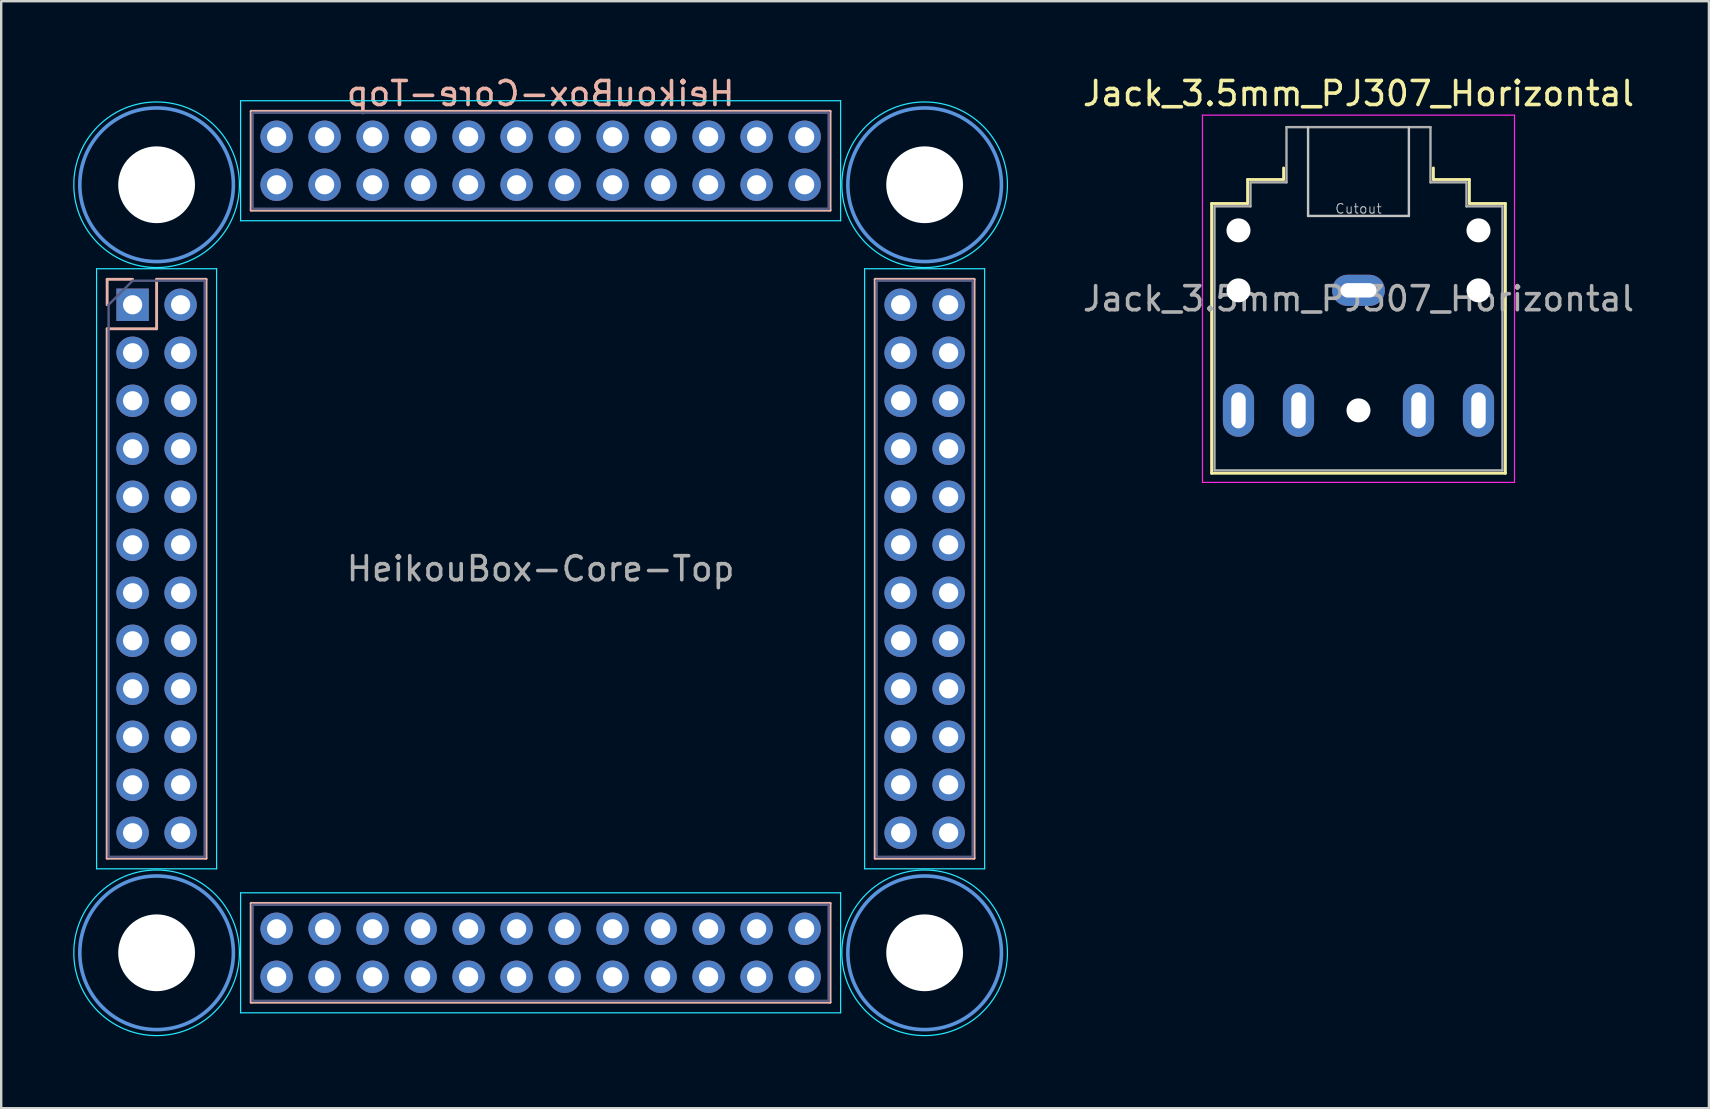
<source format=kicad_pcb>
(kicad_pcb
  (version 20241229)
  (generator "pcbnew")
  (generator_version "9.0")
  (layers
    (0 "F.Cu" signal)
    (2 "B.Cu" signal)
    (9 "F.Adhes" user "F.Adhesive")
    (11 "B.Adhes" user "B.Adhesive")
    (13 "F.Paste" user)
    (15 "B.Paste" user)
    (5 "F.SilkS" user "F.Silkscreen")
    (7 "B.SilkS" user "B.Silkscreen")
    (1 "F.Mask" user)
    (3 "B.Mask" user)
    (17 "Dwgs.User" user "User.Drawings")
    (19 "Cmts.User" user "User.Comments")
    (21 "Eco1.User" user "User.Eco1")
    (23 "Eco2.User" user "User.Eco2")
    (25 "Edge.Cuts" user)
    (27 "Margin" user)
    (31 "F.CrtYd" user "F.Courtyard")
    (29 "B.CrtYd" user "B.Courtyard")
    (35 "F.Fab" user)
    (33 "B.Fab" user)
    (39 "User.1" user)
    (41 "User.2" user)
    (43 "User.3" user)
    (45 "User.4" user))
  (footprint "Jack_3.5mm_PJ307_Horizontal"
    (layer "F.Cu")
    (at 53.551 9.048)
    (property "Reference" "Jack_3.5mm_PJ307_Horizontal" (at 0 -8.2 0) (layer "F.SilkS") (effects (font (size 1 1) (thickness 0.15))))
    (attr through_hole)
    (fp_line (start -6.12 -3.62) (end -4.62 -3.62) (stroke (width 0.12) (type solid)) (layer "F.SilkS"))
    (fp_line (start -6.12 7.62) (end -6.12 -3.62) (stroke (width 0.12) (type solid)) (layer "F.SilkS"))
    (fp_line (start -4.62 -4.62) (end -3.12 -4.62) (stroke (width 0.12) (type solid)) (layer "F.SilkS"))
    (fp_line (start -4.62 -3.62) (end -4.62 -4.62) (stroke (width 0.12) (type solid)) (layer "F.SilkS"))
    (fp_line (start -3.12 -4.62) (end -3.12 -5.1) (stroke (width 0.12) (type solid)) (layer "F.SilkS"))
    (fp_line (start 3.12 -4.62) (end 3.12 -5.1) (stroke (width 0.12) (type solid)) (layer "F.SilkS"))
    (fp_line (start 3.12 -4.62) (end 4.62 -4.62) (stroke (width 0.12) (type solid)) (layer "F.SilkS"))
    (fp_line (start 4.62 -4.62) (end 4.62 -3.62) (stroke (width 0.12) (type solid)) (layer "F.SilkS"))
    (fp_line (start 4.62 -3.62) (end 6.12 -3.62) (stroke (width 0.12) (type solid)) (layer "F.SilkS"))
    (fp_line (start 6.12 -3.62) (end 6.12 7.62) (stroke (width 0.12) (type solid)) (layer "F.SilkS"))
    (fp_line (start 6.12 7.62) (end -6.12 7.62) (stroke (width 0.12) (type solid)) (layer "F.SilkS"))
    (fp_line (start -2.1 -3.1) (end -2.1 -6.8) (stroke (width 0.1) (type solid)) (layer "Dwgs.User"))
    (fp_line (start -2.1 -3.1) (end 2.1 -3.1) (stroke (width 0.1) (type solid)) (layer "Dwgs.User"))
    (fp_line (start 2.1 -3.1) (end 2.1 -6.8) (stroke (width 0.1) (type solid)) (layer "Dwgs.User"))
    (fp_line (start -6.5 -7.3) (end -6.5 8) (stroke (width 0.05) (type solid)) (layer "F.CrtYd"))
    (fp_line (start -6.5 8) (end 6.5 8) (stroke (width 0.05) (type solid)) (layer "F.CrtYd"))
    (fp_line (start 6.5 -7.3) (end -6.5 -7.3) (stroke (width 0.05) (type solid)) (layer "F.CrtYd"))
    (fp_line (start 6.5 8) (end 6.5 -7.3) (stroke (width 0.05) (type solid)) (layer "F.CrtYd"))
    (fp_line (start -6 -3.5) (end -4.5 -3.5) (stroke (width 0.1) (type solid)) (layer "F.Fab"))
    (fp_line (start -6 7.5) (end -6 -3.5) (stroke (width 0.1) (type solid)) (layer "F.Fab"))
    (fp_line (start -4.5 -4.5) (end -3 -4.5) (stroke (width 0.1) (type solid)) (layer "F.Fab"))
    (fp_line (start -4.5 -3.5) (end -4.5 -4.5) (stroke (width 0.1) (type solid)) (layer "F.Fab"))
    (fp_line (start -3 -4.5) (end -3 -6.8) (stroke (width 0.1) (type solid)) (layer "F.Fab"))
    (fp_line (start 3 -6.8) (end -3 -6.8) (stroke (width 0.1) (type solid)) (layer "F.Fab"))
    (fp_line (start 3 -4.5) (end 3 -6.8) (stroke (width 0.1) (type solid)) (layer "F.Fab"))
    (fp_line (start 3 -4.5) (end 4.5 -4.5) (stroke (width 0.1) (type solid)) (layer "F.Fab"))
    (fp_line (start 4.5 -4.5) (end 4.5 -3.5) (stroke (width 0.1) (type solid)) (layer "F.Fab"))
    (fp_line (start 4.5 -3.5) (end 6 -3.5) (stroke (width 0.1) (type solid)) (layer "F.Fab"))
    (fp_line (start 6 -3.5) (end 6 7.5) (stroke (width 0.1) (type solid)) (layer "F.Fab"))
    (fp_line (start 6 7.5) (end -6 7.5) (stroke (width 0.1) (type solid)) (layer "F.Fab"))
    (fp_text user "Cutout" (at 0 -3.4 180) (layer "Dwgs.User") (effects (font (size 0.4 0.4) (thickness 0.04))))
    (fp_text user "${REFERENCE}" (at 0 0.35 0) (layer "F.Fab") (effects (font (size 1 1) (thickness 0.15))))
    (pad "" np_thru_hole circle (at -5 -2.5) (size 1 1) (drill 1) (layers "*.Cu" "*.Mask"))
    (pad "" np_thru_hole circle (at -5 0) (size 1 1) (drill 1) (layers "*.Cu" "*.Mask"))
    (pad "" np_thru_hole circle (at 0 5) (size 1 1) (drill 1) (layers "*.Cu" "*.Mask"))
    (pad "" np_thru_hole circle (at 5 -2.5) (size 1 1) (drill 1) (layers "*.Cu" "*.Mask"))
    (pad "" np_thru_hole circle (at 5 0) (size 1 1) (drill 1) (layers "*.Cu" "*.Mask"))
    (pad "R" thru_hole oval (at 5 5 270) (size 2.2 1.3) (drill oval 1.5 0.6) (layers "*.Cu" "*.Mask"))
    (pad "RN" thru_hole oval (at 2.5 5 270) (size 2.2 1.3) (drill oval 1.5 0.6) (layers "*.Cu" "*.Mask"))
    (pad "S" thru_hole oval (at 0 0) (size 2.2 1.3) (drill oval 1.5 0.6) (layers "*.Cu" "*.Mask"))
    (pad "T" thru_hole oval (at -5 5 90) (size 2.2 1.3) (drill oval 1.5 0.6) (layers "*.Cu" "*.Mask"))
    (pad "TN" thru_hole oval (at -2.5 5 90) (size 2.2 1.3) (drill oval 1.5 0.6) (layers "*.Cu" "*.Mask")))
  (footprint "HeikouBox-Core-Top"
    (layer "F.Cu")
    (at 19.475 20.648)
    (property "Reference" "HeikouBox-Core-Top" (at 0 -19.8 0) (layer "B.SilkS") (effects (font (size 1 1) (thickness 0.15)) (justify mirror)))
    (attr through_hole)
    (fp_line (start -18.06 -12.06) (end -17 -12.06) (stroke (width 0.12) (type solid)) (layer "B.SilkS"))
    (fp_line (start -18.06 -11) (end -18.06 -12.06) (stroke (width 0.12) (type solid)) (layer "B.SilkS"))
    (fp_line (start -18.06 -10) (end -18.06 12.06) (stroke (width 0.12) (type solid)) (layer "B.SilkS"))
    (fp_line (start -18.06 -10) (end -16 -10) (stroke (width 0.12) (type solid)) (layer "B.SilkS"))
    (fp_line (start -18.06 12.06) (end -13.94 12.06) (stroke (width 0.12) (type solid)) (layer "B.SilkS"))
    (fp_line (start -16 -12.06) (end -13.94 -12.06) (stroke (width 0.12) (type solid)) (layer "B.SilkS"))
    (fp_line (start -16 -10) (end -16 -12.06) (stroke (width 0.12) (type solid)) (layer "B.SilkS"))
    (fp_line (start -13.94 -12.06) (end -13.94 12.06) (stroke (width 0.12) (type solid)) (layer "B.SilkS"))
    (fp_line (start -12.06 -19.06) (end 12.06 -19.06) (stroke (width 0.12) (type solid)) (layer "B.SilkS"))
    (fp_line (start -12.06 -14.94) (end -12.06 -19.06) (stroke (width 0.12) (type solid)) (layer "B.SilkS"))
    (fp_line (start -12.06 -14.94) (end 12.06 -14.94) (stroke (width 0.12) (type solid)) (layer "B.SilkS"))
    (fp_line (start -12.06 13.94) (end 12.06 13.94) (stroke (width 0.12) (type solid)) (layer "B.SilkS"))
    (fp_line (start -12.06 18.06) (end -12.06 13.94) (stroke (width 0.12) (type solid)) (layer "B.SilkS"))
    (fp_line (start -12.06 18.06) (end 12.06 18.06) (stroke (width 0.12) (type solid)) (layer "B.SilkS"))
    (fp_line (start 12.06 -14.94) (end 12.06 -19.06) (stroke (width 0.12) (type solid)) (layer "B.SilkS"))
    (fp_line (start 12.06 18.06) (end 12.06 13.94) (stroke (width 0.12) (type solid)) (layer "B.SilkS"))
    (fp_line (start 13.94 -12.06) (end 13.94 12.06) (stroke (width 0.12) (type solid)) (layer "B.SilkS"))
    (fp_line (start 13.94 -12.06) (end 18.06 -12.06) (stroke (width 0.12) (type solid)) (layer "B.SilkS"))
    (fp_line (start 13.94 12.06) (end 18.06 12.06) (stroke (width 0.12) (type solid)) (layer "B.SilkS"))
    (fp_line (start 18.06 -12.06) (end 18.06 12.06) (stroke (width 0.12) (type solid)) (layer "B.SilkS"))
    (fp_circle (center -16 -16) (end -12.8 -16) (stroke (width 0.15) (type solid)) (fill no) (layer "Cmts.User"))
    (fp_circle (center -16 16) (end -12.8 16) (stroke (width 0.15) (type solid)) (fill no) (layer "Cmts.User"))
    (fp_circle (center 16 -16) (end 19.2 -16) (stroke (width 0.15) (type solid)) (fill no) (layer "Cmts.User"))
    (fp_circle (center 16 16) (end 19.2 16) (stroke (width 0.15) (type solid)) (fill no) (layer "Cmts.User"))
    (fp_line (start -18.5 -12.5) (end -18.5 12.5) (stroke (width 0.05) (type solid)) (layer "B.CrtYd"))
    (fp_line (start -18.5 12.5) (end -13.5 12.5) (stroke (width 0.05) (type solid)) (layer "B.CrtYd"))
    (fp_line (start -13.5 -12.5) (end -18.5 -12.5) (stroke (width 0.05) (type solid)) (layer "B.CrtYd"))
    (fp_line (start -13.5 12.5) (end -13.5 -12.5) (stroke (width 0.05) (type solid)) (layer "B.CrtYd"))
    (fp_line (start -12.5 -19.5) (end -12.5 -14.5) (stroke (width 0.05) (type solid)) (layer "B.CrtYd"))
    (fp_line (start -12.5 -14.5) (end 12.5 -14.5) (stroke (width 0.05) (type solid)) (layer "B.CrtYd"))
    (fp_line (start -12.5 13.5) (end -12.5 18.5) (stroke (width 0.05) (type solid)) (layer "B.CrtYd"))
    (fp_line (start -12.5 18.5) (end 12.5 18.5) (stroke (width 0.05) (type solid)) (layer "B.CrtYd"))
    (fp_line (start 12.5 -19.5) (end -12.5 -19.5) (stroke (width 0.05) (type solid)) (layer "B.CrtYd"))
    (fp_line (start 12.5 -14.5) (end 12.5 -19.5) (stroke (width 0.05) (type solid)) (layer "B.CrtYd"))
    (fp_line (start 12.5 13.5) (end -12.5 13.5) (stroke (width 0.05) (type solid)) (layer "B.CrtYd"))
    (fp_line (start 12.5 18.5) (end 12.5 13.5) (stroke (width 0.05) (type solid)) (layer "B.CrtYd"))
    (fp_line (start 13.5 -12.5) (end 13.5 12.5) (stroke (width 0.05) (type solid)) (layer "B.CrtYd"))
    (fp_line (start 13.5 12.5) (end 18.5 12.5) (stroke (width 0.05) (type solid)) (layer "B.CrtYd"))
    (fp_line (start 18.5 -12.5) (end 13.5 -12.5) (stroke (width 0.05) (type solid)) (layer "B.CrtYd"))
    (fp_line (start 18.5 12.5) (end 18.5 -12.5) (stroke (width 0.05) (type solid)) (layer "B.CrtYd"))
    (fp_circle (center -16 -16) (end -12.55 -16) (stroke (width 0.05) (type solid)) (fill no) (layer "B.CrtYd"))
    (fp_circle (center -16 16) (end -12.55 16) (stroke (width 0.05) (type solid)) (fill no) (layer "B.CrtYd"))
    (fp_circle (center 16 -16) (end 19.45 -16) (stroke (width 0.05) (type solid)) (fill no) (layer "B.CrtYd"))
    (fp_circle (center 16 16) (end 19.45 16) (stroke (width 0.05) (type solid)) (fill no) (layer "B.CrtYd"))
    (fp_line (start -18 -11) (end -17 -12) (stroke (width 0.1) (type solid)) (layer "B.Fab"))
    (fp_line (start -18 12) (end -18 -11) (stroke (width 0.1) (type solid)) (layer "B.Fab"))
    (fp_line (start -17 -12) (end -14 -12) (stroke (width 0.1) (type solid)) (layer "B.Fab"))
    (fp_line (start -14 -12) (end -14 12) (stroke (width 0.1) (type solid)) (layer "B.Fab"))
    (fp_line (start -14 12) (end -18 12) (stroke (width 0.1) (type solid)) (layer "B.Fab"))
    (fp_line (start -12 -19) (end 12 -19) (stroke (width 0.1) (type solid)) (layer "B.Fab"))
    (fp_line (start -12 -15) (end -12 -19) (stroke (width 0.1) (type solid)) (layer "B.Fab"))
    (fp_line (start -12 14) (end 12 14) (stroke (width 0.1) (type solid)) (layer "B.Fab"))
    (fp_line (start -12 18) (end -12 14) (stroke (width 0.1) (type solid)) (layer "B.Fab"))
    (fp_line (start 12 -19) (end 12 -15) (stroke (width 0.1) (type solid)) (layer "B.Fab"))
    (fp_line (start 12 -15) (end -12 -15) (stroke (width 0.1) (type solid)) (layer "B.Fab"))
    (fp_line (start 12 14) (end 12 18) (stroke (width 0.1) (type solid)) (layer "B.Fab"))
    (fp_line (start 12 18) (end -12 18) (stroke (width 0.1) (type solid)) (layer "B.Fab"))
    (fp_line (start 14 -12) (end 18 -12) (stroke (width 0.1) (type solid)) (layer "B.Fab"))
    (fp_line (start 14 12) (end 14 -12) (stroke (width 0.1) (type solid)) (layer "B.Fab"))
    (fp_line (start 18 -12) (end 18 12) (stroke (width 0.1) (type solid)) (layer "B.Fab"))
    (fp_line (start 18 12) (end 14 12) (stroke (width 0.1) (type solid)) (layer "B.Fab"))
    (fp_text user "${REFERENCE}" (at 0 0 0) (layer "F.Fab") (effects (font (size 1 1) (thickness 0.15))))
    (pad "" np_thru_hole circle (at -16 -16) (size 3.2 3.2) (drill 3.2) (layers "*.Cu" "*.Mask"))
    (pad "" np_thru_hole circle (at -16 16) (size 3.2 3.2) (drill 3.2) (layers "*.Cu" "*.Mask"))
    (pad "" np_thru_hole circle (at 16 -16) (size 3.2 3.2) (drill 3.2) (layers "*.Cu" "*.Mask"))
    (pad "" np_thru_hole circle (at 16 16) (size 3.2 3.2) (drill 3.2) (layers "*.Cu" "*.Mask"))
    (pad "1" thru_hole rect (at -17 -11) (size 1.35 1.35) (drill 0.8) (layers "*.Cu" "*.Mask"))
    (pad "2" thru_hole oval (at -15 -11) (size 1.35 1.35) (drill 0.8) (layers "*.Cu" "*.Mask"))
    (pad "3" thru_hole oval (at -17 -9) (size 1.35 1.35) (drill 0.8) (layers "*.Cu" "*.Mask"))
    (pad "4" thru_hole oval (at -15 -9) (size 1.35 1.35) (drill 0.8) (layers "*.Cu" "*.Mask"))
    (pad "5" thru_hole oval (at -17 -7) (size 1.35 1.35) (drill 0.8) (layers "*.Cu" "*.Mask"))
    (pad "6" thru_hole oval (at -15 -7) (size 1.35 1.35) (drill 0.8) (layers "*.Cu" "*.Mask"))
    (pad "7" thru_hole oval (at -17 -5) (size 1.35 1.35) (drill 0.8) (layers "*.Cu" "*.Mask"))
    (pad "8" thru_hole oval (at -15 -5) (size 1.35 1.35) (drill 0.8) (layers "*.Cu" "*.Mask"))
    (pad "9" thru_hole oval (at -17 -3) (size 1.35 1.35) (drill 0.8) (layers "*.Cu" "*.Mask"))
    (pad "10" thru_hole oval (at -15 -3) (size 1.35 1.35) (drill 0.8) (layers "*.Cu" "*.Mask"))
    (pad "11" thru_hole oval (at -17 -1) (size 1.35 1.35) (drill 0.8) (layers "*.Cu" "*.Mask"))
    (pad "12" thru_hole oval (at -15 -1) (size 1.35 1.35) (drill 0.8) (layers "*.Cu" "*.Mask"))
    (pad "13" thru_hole oval (at -17 1) (size 1.35 1.35) (drill 0.8) (layers "*.Cu" "*.Mask"))
    (pad "14" thru_hole oval (at -15 1) (size 1.35 1.35) (drill 0.8) (layers "*.Cu" "*.Mask"))
    (pad "15" thru_hole oval (at -17 3) (size 1.35 1.35) (drill 0.8) (layers "*.Cu" "*.Mask"))
    (pad "16" thru_hole oval (at -15 3) (size 1.35 1.35) (drill 0.8) (layers "*.Cu" "*.Mask"))
    (pad "17" thru_hole oval (at -17 5) (size 1.35 1.35) (drill 0.8) (layers "*.Cu" "*.Mask"))
    (pad "18" thru_hole oval (at -15 5) (size 1.35 1.35) (drill 0.8) (layers "*.Cu" "*.Mask"))
    (pad "19" thru_hole oval (at -17 7) (size 1.35 1.35) (drill 0.8) (layers "*.Cu" "*.Mask"))
    (pad "20" thru_hole oval (at -15 7) (size 1.35 1.35) (drill 0.8) (layers "*.Cu" "*.Mask"))
    (pad "21" thru_hole oval (at -17 9) (size 1.35 1.35) (drill 0.8) (layers "*.Cu" "*.Mask"))
    (pad "22" thru_hole oval (at -15 9) (size 1.35 1.35) (drill 0.8) (layers "*.Cu" "*.Mask"))
    (pad "23" thru_hole oval (at -17 11) (size 1.35 1.35) (drill 0.8) (layers "*.Cu" "*.Mask"))
    (pad "24" thru_hole oval (at -15 11) (size 1.35 1.35) (drill 0.8) (layers "*.Cu" "*.Mask"))
    (pad "25" thru_hole circle (at -11 17 90) (size 1.35 1.35) (drill 0.8) (layers "*.Cu" "*.Mask"))
    (pad "26" thru_hole oval (at -11 15 90) (size 1.35 1.35) (drill 0.8) (layers "*.Cu" "*.Mask"))
    (pad "27" thru_hole oval (at -9 17 90) (size 1.35 1.35) (drill 0.8) (layers "*.Cu" "*.Mask"))
    (pad "28" thru_hole oval (at -9 15 90) (size 1.35 1.35) (drill 0.8) (layers "*.Cu" "*.Mask"))
    (pad "29" thru_hole oval (at -7 17 90) (size 1.35 1.35) (drill 0.8) (layers "*.Cu" "*.Mask"))
    (pad "30" thru_hole oval (at -7 15 90) (size 1.35 1.35) (drill 0.8) (layers "*.Cu" "*.Mask"))
    (pad "31" thru_hole oval (at -5 17 90) (size 1.35 1.35) (drill 0.8) (layers "*.Cu" "*.Mask"))
    (pad "32" thru_hole oval (at -5 15 90) (size 1.35 1.35) (drill 0.8) (layers "*.Cu" "*.Mask"))
    (pad "33" thru_hole oval (at -3 17 90) (size 1.35 1.35) (drill 0.8) (layers "*.Cu" "*.Mask"))
    (pad "34" thru_hole oval (at -3 15 90) (size 1.35 1.35) (drill 0.8) (layers "*.Cu" "*.Mask"))
    (pad "35" thru_hole oval (at -1 17 90) (size 1.35 1.35) (drill 0.8) (layers "*.Cu" "*.Mask"))
    (pad "36" thru_hole oval (at -1 15 90) (size 1.35 1.35) (drill 0.8) (layers "*.Cu" "*.Mask"))
    (pad "37" thru_hole oval (at 1 17 90) (size 1.35 1.35) (drill 0.8) (layers "*.Cu" "*.Mask"))
    (pad "38" thru_hole oval (at 1 15 90) (size 1.35 1.35) (drill 0.8) (layers "*.Cu" "*.Mask"))
    (pad "39" thru_hole oval (at 3 17 90) (size 1.35 1.35) (drill 0.8) (layers "*.Cu" "*.Mask"))
    (pad "40" thru_hole oval (at 3 15 90) (size 1.35 1.35) (drill 0.8) (layers "*.Cu" "*.Mask"))
    (pad "41" thru_hole oval (at 5 17 90) (size 1.35 1.35) (drill 0.8) (layers "*.Cu" "*.Mask"))
    (pad "42" thru_hole oval (at 5 15 90) (size 1.35 1.35) (drill 0.8) (layers "*.Cu" "*.Mask"))
    (pad "43" thru_hole oval (at 7 17 90) (size 1.35 1.35) (drill 0.8) (layers "*.Cu" "*.Mask"))
    (pad "44" thru_hole oval (at 7 15 90) (size 1.35 1.35) (drill 0.8) (layers "*.Cu" "*.Mask"))
    (pad "45" thru_hole oval (at 9 17 90) (size 1.35 1.35) (drill 0.8) (layers "*.Cu" "*.Mask"))
    (pad "46" thru_hole oval (at 9 15 90) (size 1.35 1.35) (drill 0.8) (layers "*.Cu" "*.Mask"))
    (pad "47" thru_hole oval (at 11 17 90) (size 1.35 1.35) (drill 0.8) (layers "*.Cu" "*.Mask"))
    (pad "48" thru_hole oval (at 11 15 90) (size 1.35 1.35) (drill 0.8) (layers "*.Cu" "*.Mask"))
    (pad "49" thru_hole circle (at 15 -11) (size 1.35 1.35) (drill 0.8) (layers "*.Cu" "*.Mask"))
    (pad "50" thru_hole oval (at 17 -11) (size 1.35 1.35) (drill 0.8) (layers "*.Cu" "*.Mask"))
    (pad "51" thru_hole oval (at 15 -9) (size 1.35 1.35) (drill 0.8) (layers "*.Cu" "*.Mask"))
    (pad "52" thru_hole oval (at 17 -9) (size 1.35 1.35) (drill 0.8) (layers "*.Cu" "*.Mask"))
    (pad "53" thru_hole oval (at 15 -7) (size 1.35 1.35) (drill 0.8) (layers "*.Cu" "*.Mask"))
    (pad "54" thru_hole oval (at 17 -7) (size 1.35 1.35) (drill 0.8) (layers "*.Cu" "*.Mask"))
    (pad "55" thru_hole oval (at 15 -5) (size 1.35 1.35) (drill 0.8) (layers "*.Cu" "*.Mask"))
    (pad "56" thru_hole oval (at 17 -5) (size 1.35 1.35) (drill 0.8) (layers "*.Cu" "*.Mask"))
    (pad "57" thru_hole oval (at 15 -3) (size 1.35 1.35) (drill 0.8) (layers "*.Cu" "*.Mask"))
    (pad "58" thru_hole oval (at 17 -3) (size 1.35 1.35) (drill 0.8) (layers "*.Cu" "*.Mask"))
    (pad "59" thru_hole oval (at 15 -1) (size 1.35 1.35) (drill 0.8) (layers "*.Cu" "*.Mask"))
    (pad "60" thru_hole oval (at 17 -1) (size 1.35 1.35) (drill 0.8) (layers "*.Cu" "*.Mask"))
    (pad "61" thru_hole oval (at 15 1) (size 1.35 1.35) (drill 0.8) (layers "*.Cu" "*.Mask"))
    (pad "62" thru_hole oval (at 17 1) (size 1.35 1.35) (drill 0.8) (layers "*.Cu" "*.Mask"))
    (pad "63" thru_hole oval (at 15 3) (size 1.35 1.35) (drill 0.8) (layers "*.Cu" "*.Mask"))
    (pad "64" thru_hole oval (at 17 3) (size 1.35 1.35) (drill 0.8) (layers "*.Cu" "*.Mask"))
    (pad "65" thru_hole oval (at 15 5) (size 1.35 1.35) (drill 0.8) (layers "*.Cu" "*.Mask"))
    (pad "66" thru_hole oval (at 17 5) (size 1.35 1.35) (drill 0.8) (layers "*.Cu" "*.Mask"))
    (pad "67" thru_hole oval (at 15 7) (size 1.35 1.35) (drill 0.8) (layers "*.Cu" "*.Mask"))
    (pad "68" thru_hole oval (at 17 7) (size 1.35 1.35) (drill 0.8) (layers "*.Cu" "*.Mask"))
    (pad "69" thru_hole oval (at 15 9) (size 1.35 1.35) (drill 0.8) (layers "*.Cu" "*.Mask"))
    (pad "70" thru_hole oval (at 17 9) (size 1.35 1.35) (drill 0.8) (layers "*.Cu" "*.Mask"))
    (pad "71" thru_hole oval (at 15 11) (size 1.35 1.35) (drill 0.8) (layers "*.Cu" "*.Mask"))
    (pad "72" thru_hole oval (at 17 11) (size 1.35 1.35) (drill 0.8) (layers "*.Cu" "*.Mask"))
    (pad "73" thru_hole circle (at -11 -16 90) (size 1.35 1.35) (drill 0.8) (layers "*.Cu" "*.Mask"))
    (pad "74" thru_hole oval (at -11 -18 90) (size 1.35 1.35) (drill 0.8) (layers "*.Cu" "*.Mask"))
    (pad "75" thru_hole oval (at -9 -16 90) (size 1.35 1.35) (drill 0.8) (layers "*.Cu" "*.Mask"))
    (pad "76" thru_hole oval (at -9 -18 90) (size 1.35 1.35) (drill 0.8) (layers "*.Cu" "*.Mask"))
    (pad "77" thru_hole oval (at -7 -16 90) (size 1.35 1.35) (drill 0.8) (layers "*.Cu" "*.Mask"))
    (pad "78" thru_hole oval (at -7 -18 90) (size 1.35 1.35) (drill 0.8) (layers "*.Cu" "*.Mask"))
    (pad "79" thru_hole oval (at -5 -16 90) (size 1.35 1.35) (drill 0.8) (layers "*.Cu" "*.Mask"))
    (pad "80" thru_hole oval (at -5 -18 90) (size 1.35 1.35) (drill 0.8) (layers "*.Cu" "*.Mask"))
    (pad "81" thru_hole oval (at -3 -16 90) (size 1.35 1.35) (drill 0.8) (layers "*.Cu" "*.Mask"))
    (pad "82" thru_hole oval (at -3 -18 90) (size 1.35 1.35) (drill 0.8) (layers "*.Cu" "*.Mask"))
    (pad "83" thru_hole oval (at -1 -16 90) (size 1.35 1.35) (drill 0.8) (layers "*.Cu" "*.Mask"))
    (pad "84" thru_hole oval (at -1 -18 90) (size 1.35 1.35) (drill 0.8) (layers "*.Cu" "*.Mask"))
    (pad "85" thru_hole oval (at 1 -16 90) (size 1.35 1.35) (drill 0.8) (layers "*.Cu" "*.Mask"))
    (pad "86" thru_hole oval (at 1 -18 90) (size 1.35 1.35) (drill 0.8) (layers "*.Cu" "*.Mask"))
    (pad "87" thru_hole oval (at 3 -16 90) (size 1.35 1.35) (drill 0.8) (layers "*.Cu" "*.Mask"))
    (pad "88" thru_hole oval (at 3 -18 90) (size 1.35 1.35) (drill 0.8) (layers "*.Cu" "*.Mask"))
    (pad "89" thru_hole oval (at 5 -16 90) (size 1.35 1.35) (drill 0.8) (layers "*.Cu" "*.Mask"))
    (pad "90" thru_hole oval (at 5 -18 90) (size 1.35 1.35) (drill 0.8) (layers "*.Cu" "*.Mask"))
    (pad "91" thru_hole oval (at 7 -16 90) (size 1.35 1.35) (drill 0.8) (layers "*.Cu" "*.Mask"))
    (pad "92" thru_hole oval (at 7 -18 90) (size 1.35 1.35) (drill 0.8) (layers "*.Cu" "*.Mask"))
    (pad "93" thru_hole oval (at 9 -16 90) (size 1.35 1.35) (drill 0.8) (layers "*.Cu" "*.Mask"))
    (pad "94" thru_hole oval (at 9 -18 90) (size 1.35 1.35) (drill 0.8) (layers "*.Cu" "*.Mask"))
    (pad "95" thru_hole oval (at 11 -16 90) (size 1.35 1.35) (drill 0.8) (layers "*.Cu" "*.Mask"))
    (pad "96" thru_hole oval (at 11 -18 90) (size 1.35 1.35) (drill 0.8) (layers "*.Cu" "*.Mask")))
  (gr_rect
    (start -3 -3)
    (end 68.152 43.123)
    (stroke (width 0.1) (type default))
    (fill no)
    (layer "Edge.Cuts")))
</source>
